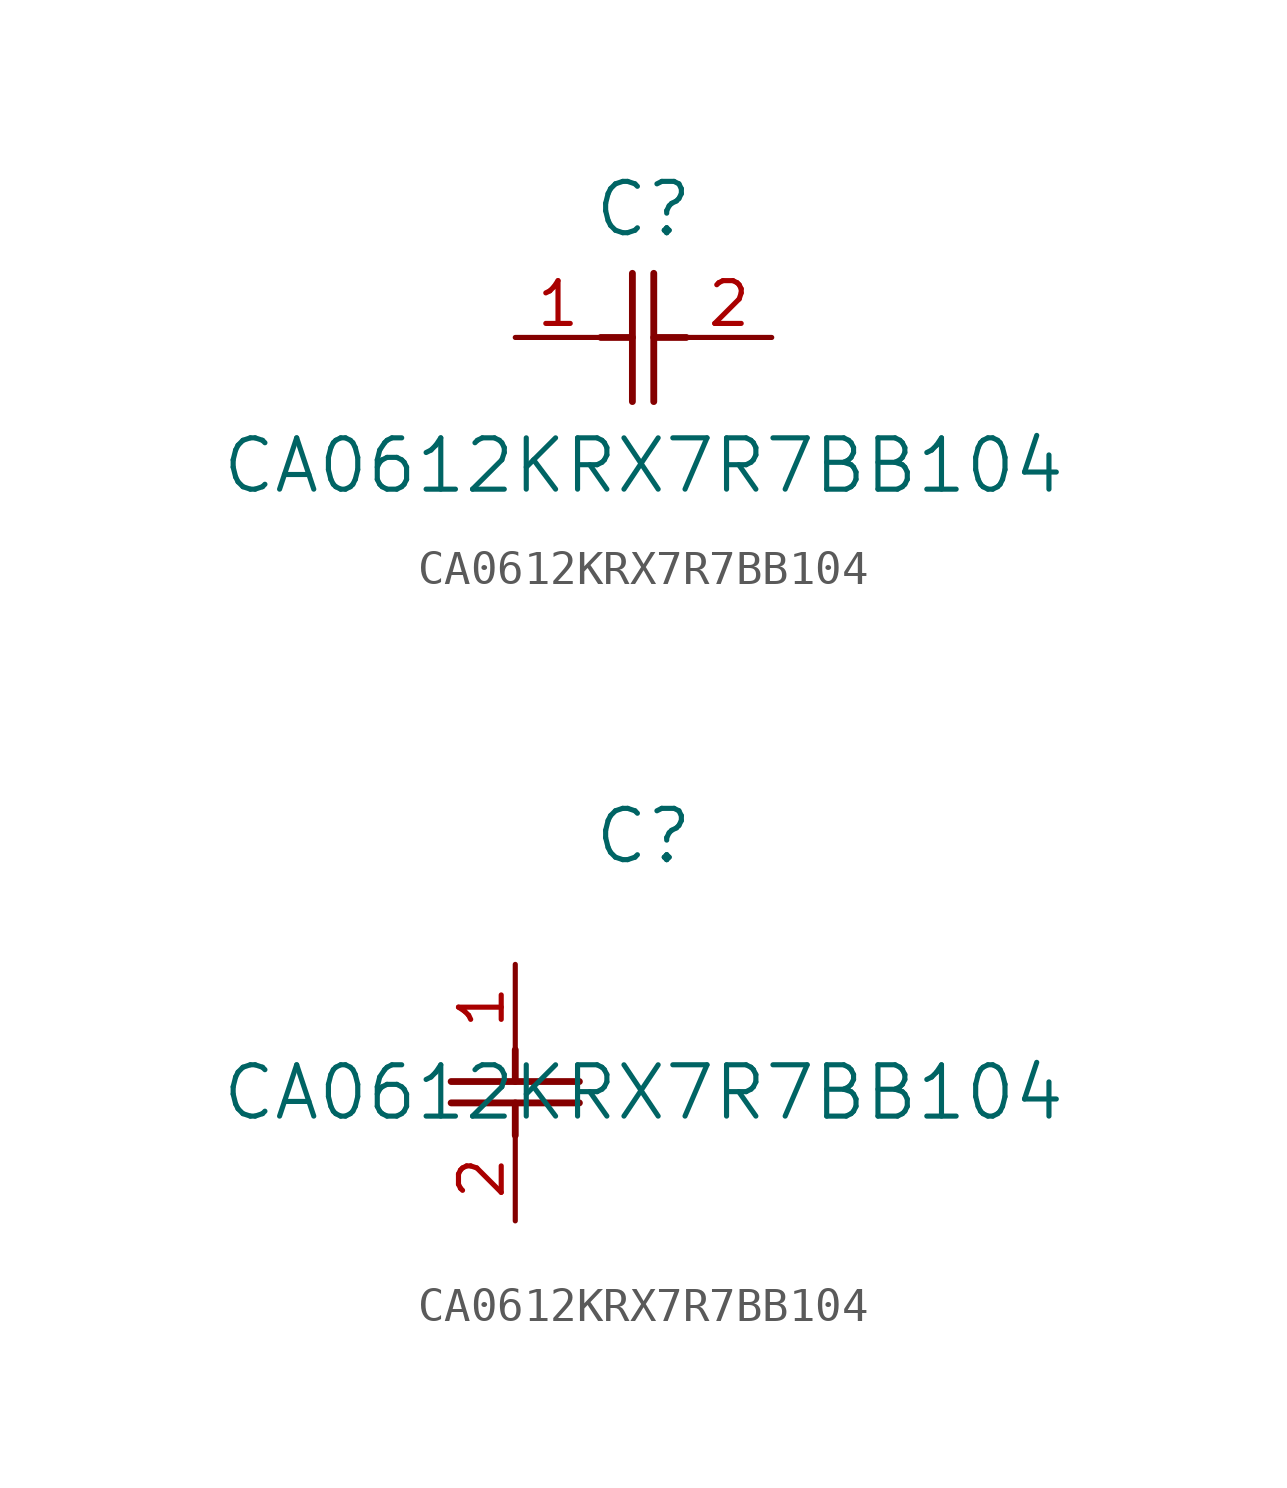
<source format=kicad_sym>
(kicad_symbol_lib
  (version 20211014)
  (generator kicad_symbol_editor)
  (symbol "CA0612KRX7R7BB104"
    (pin_names
      (offset 0.254))
    (property "Reference" "C"
      (at 3.81 3.81 0)
      (effects (font (size 1.524 1.524))))
    (property "Value" "CA0612KRX7R7BB104"
      (at 3.81 -3.81 0)
      (effects (font (size 1.524 1.524))))
    (symbol "CA0612KRX7R7BB104_1_1"
      (polyline (pts (xy 3.48 -1.905) (xy 3.48 1.905)) (stroke (width 0.203) (type default) (color 0 0 0 0)) (fill (type none)))
      (polyline (pts (xy 4.115 -1.905) (xy 4.115 1.905)) (stroke (width 0.203) (type default) (color 0 0 0 0)) (fill (type none)))
      (polyline (pts (xy 4.115 0) (xy 5.08 0)) (stroke (width 0.203) (type default) (color 0 0 0 0)) (fill (type none)))
      (polyline (pts (xy 2.54 0) (xy 3.48 0)) (stroke (width 0.203) (type default) (color 0 0 0 0)) (fill (type none)))
      (pin unspecified line (at 0 0 0) (length 2.54) (name "" (effects (font (size 1.27 1.27)))) (number "1" (effects (font (size 1.27 1.27)))))
      (pin unspecified line (at 7.62 0 180) (length 2.54) (name "" (effects (font (size 1.27 1.27)))) (number "2" (effects (font (size 1.27 1.27))))))
    (symbol "CA0612KRX7R7BB104_1_2"
      (polyline (pts (xy -1.905 -3.48) (xy 1.905 -3.48)) (stroke (width 0.203) (type default) (color 0 0 0 0)) (fill (type none)))
      (polyline (pts (xy -1.905 -4.115) (xy 1.905 -4.115)) (stroke (width 0.203) (type default) (color 0 0 0 0)) (fill (type none)))
      (polyline (pts (xy 0 -4.115) (xy 0 -5.08)) (stroke (width 0.203) (type default) (color 0 0 0 0)) (fill (type none)))
      (polyline (pts (xy 0 -2.54) (xy 0 -3.48)) (stroke (width 0.203) (type default) (color 0 0 0 0)) (fill (type none)))
      (pin unspecified line (at 0 0 270) (length 2.54) (name "" (effects (font (size 1.27 1.27)))) (number "1" (effects (font (size 1.27 1.27)))))
      (pin unspecified line (at 0 -7.62 90) (length 2.54) (name "" (effects (font (size 1.27 1.27)))) (number "2" (effects (font (size 1.27 1.27))))))))
</source>
